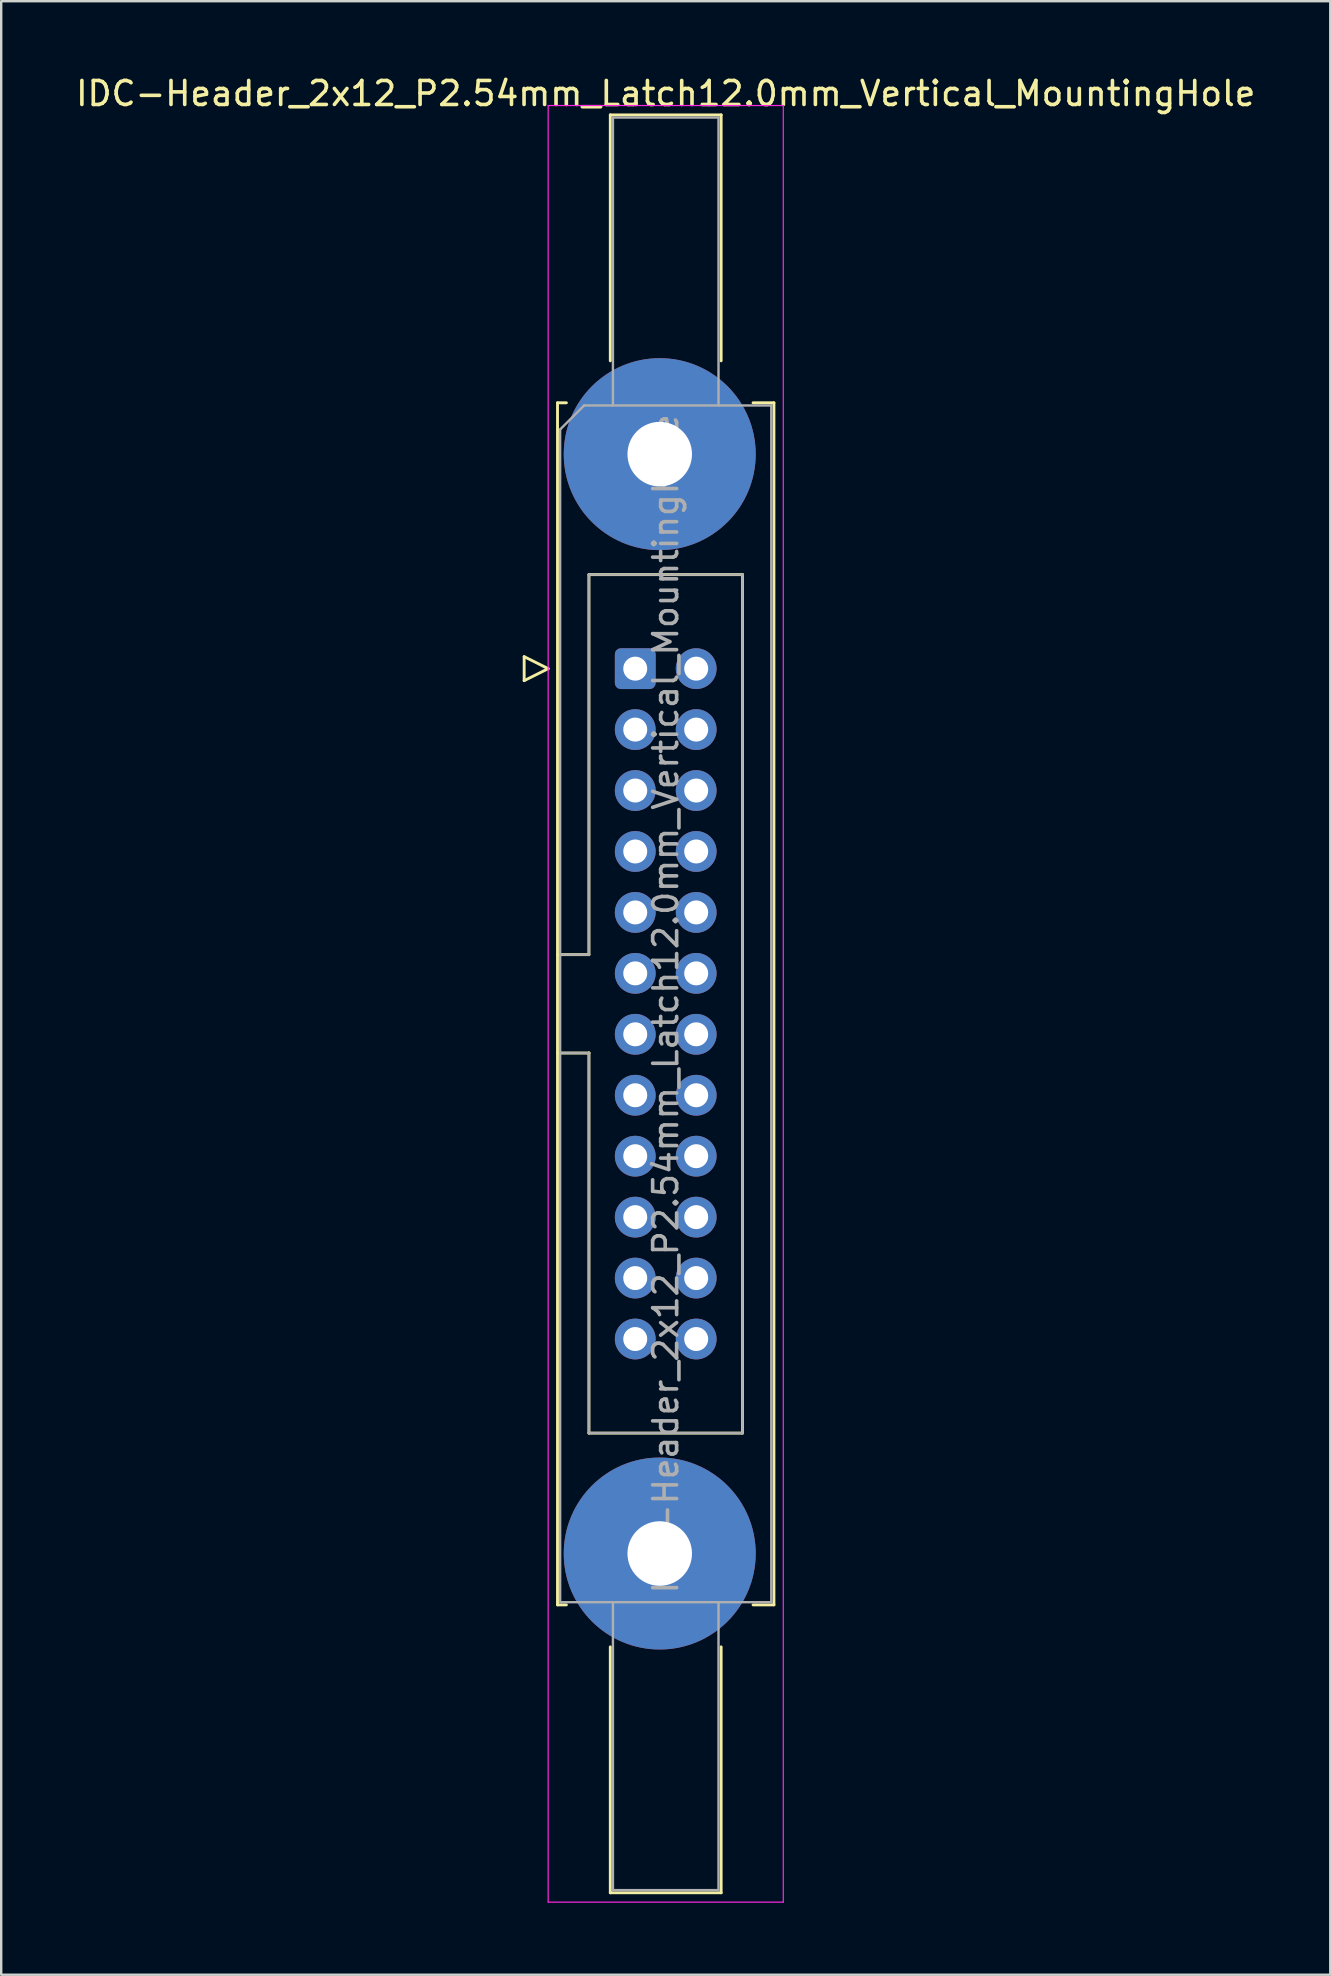
<source format=kicad_pcb>
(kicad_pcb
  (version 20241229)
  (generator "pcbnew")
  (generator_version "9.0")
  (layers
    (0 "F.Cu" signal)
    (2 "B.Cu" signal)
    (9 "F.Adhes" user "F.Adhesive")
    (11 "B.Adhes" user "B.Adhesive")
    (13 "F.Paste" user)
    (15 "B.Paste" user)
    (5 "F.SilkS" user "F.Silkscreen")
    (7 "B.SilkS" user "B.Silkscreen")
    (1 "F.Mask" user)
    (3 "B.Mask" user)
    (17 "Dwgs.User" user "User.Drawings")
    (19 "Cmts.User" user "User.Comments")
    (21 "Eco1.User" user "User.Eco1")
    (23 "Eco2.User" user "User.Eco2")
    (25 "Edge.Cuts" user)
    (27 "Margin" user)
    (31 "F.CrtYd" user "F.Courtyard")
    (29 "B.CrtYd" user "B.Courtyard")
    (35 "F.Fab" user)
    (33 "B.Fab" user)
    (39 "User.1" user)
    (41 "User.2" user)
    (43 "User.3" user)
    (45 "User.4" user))
  (footprint "IDC-Header_2x12_P2.54mm_Latch12.0mm_Vertical_MountingHole"
    (layer "F.Cu")
    (at 23.426 24.818)
    (property "Reference" "IDC-Header_2x12_P2.54mm_Latch12.0mm_Vertical_MountingHole" (at 1.27 -23.97 0) (layer "F.SilkS") (effects (font (size 1 1) (thickness 0.15))))
    (attr through_hole)
    (fp_line (start -4.63 -0.5) (end -4.63 0.5) (stroke (width 0.12) (type solid)) (layer "F.SilkS"))
    (fp_line (start -4.63 0.5) (end -3.63 0) (stroke (width 0.12) (type solid)) (layer "F.SilkS"))
    (fp_line (start -3.63 0) (end -4.63 -0.5) (stroke (width 0.12) (type solid)) (layer "F.SilkS"))
    (fp_line (start -3.24 -11.08) (end -3.24 39.02) (stroke (width 0.12) (type solid)) (layer "F.SilkS"))
    (fp_line (start -3.24 11.92) (end -1.93 11.92) (stroke (width 0.12) (type solid)) (layer "F.SilkS"))
    (fp_line (start -3.24 39.02) (end -2.87 39.02) (stroke (width 0.12) (type solid)) (layer "F.SilkS"))
    (fp_line (start -2.87 -11.08) (end -3.24 -11.08) (stroke (width 0.12) (type solid)) (layer "F.SilkS"))
    (fp_line (start -1.93 -3.92) (end 4.47 -3.92) (stroke (width 0.12) (type solid)) (layer "F.SilkS"))
    (fp_line (start -1.93 11.92) (end -1.93 -3.92) (stroke (width 0.12) (type solid)) (layer "F.SilkS"))
    (fp_line (start -1.93 16.02) (end -3.24 16.02) (stroke (width 0.12) (type solid)) (layer "F.SilkS"))
    (fp_line (start -1.93 16.02) (end -1.93 16.02) (stroke (width 0.12) (type solid)) (layer "F.SilkS"))
    (fp_line (start -1.93 31.86) (end -1.93 16.02) (stroke (width 0.12) (type solid)) (layer "F.SilkS"))
    (fp_line (start -1.04 -23.08) (end 3.58 -23.08) (stroke (width 0.12) (type solid)) (layer "F.SilkS"))
    (fp_line (start -1.04 -12.83) (end -1.04 -23.08) (stroke (width 0.12) (type solid)) (layer "F.SilkS"))
    (fp_line (start -1.04 40.77) (end -1.04 51.02) (stroke (width 0.12) (type solid)) (layer "F.SilkS"))
    (fp_line (start -1.04 51.02) (end 3.58 51.02) (stroke (width 0.12) (type solid)) (layer "F.SilkS"))
    (fp_line (start 3.58 -23.08) (end 3.58 -12.83) (stroke (width 0.12) (type solid)) (layer "F.SilkS"))
    (fp_line (start 3.58 51.02) (end 3.58 40.77) (stroke (width 0.12) (type solid)) (layer "F.SilkS"))
    (fp_line (start 4.47 -3.92) (end 4.47 31.86) (stroke (width 0.12) (type solid)) (layer "F.SilkS"))
    (fp_line (start 4.47 31.86) (end -1.93 31.86) (stroke (width 0.12) (type solid)) (layer "F.SilkS"))
    (fp_line (start 4.91 -11.08) (end 5.78 -11.08) (stroke (width 0.12) (type solid)) (layer "F.SilkS"))
    (fp_line (start 5.78 -11.08) (end 5.78 39.02) (stroke (width 0.12) (type solid)) (layer "F.SilkS"))
    (fp_line (start 5.78 39.02) (end 4.91 39.02) (stroke (width 0.12) (type solid)) (layer "F.SilkS"))
    (fp_line (start -3.63 -23.47) (end -3.63 51.41) (stroke (width 0.05) (type solid)) (layer "F.CrtYd"))
    (fp_line (start -3.63 51.41) (end 6.17 51.41) (stroke (width 0.05) (type solid)) (layer "F.CrtYd"))
    (fp_line (start 6.17 -23.47) (end -3.63 -23.47) (stroke (width 0.05) (type solid)) (layer "F.CrtYd"))
    (fp_line (start 6.17 51.41) (end 6.17 -23.47) (stroke (width 0.05) (type solid)) (layer "F.CrtYd"))
    (fp_line (start -3.13 -9.97) (end -2.13 -10.97) (stroke (width 0.1) (type solid)) (layer "F.Fab"))
    (fp_line (start -3.13 11.92) (end -1.93 11.92) (stroke (width 0.1) (type solid)) (layer "F.Fab"))
    (fp_line (start -3.13 38.91) (end -3.13 -9.97) (stroke (width 0.1) (type solid)) (layer "F.Fab"))
    (fp_line (start -2.13 -10.97) (end 5.67 -10.97) (stroke (width 0.1) (type solid)) (layer "F.Fab"))
    (fp_line (start -1.93 -3.92) (end 4.47 -3.92) (stroke (width 0.1) (type solid)) (layer "F.Fab"))
    (fp_line (start -1.93 11.92) (end -1.93 -3.92) (stroke (width 0.1) (type solid)) (layer "F.Fab"))
    (fp_line (start -1.93 16.02) (end -3.13 16.02) (stroke (width 0.1) (type solid)) (layer "F.Fab"))
    (fp_line (start -1.93 16.02) (end -1.93 16.02) (stroke (width 0.1) (type solid)) (layer "F.Fab"))
    (fp_line (start -1.93 31.86) (end -1.93 16.02) (stroke (width 0.1) (type solid)) (layer "F.Fab"))
    (fp_line (start -0.93 -22.97) (end 3.47 -22.97) (stroke (width 0.1) (type solid)) (layer "F.Fab"))
    (fp_line (start -0.93 -10.97) (end -0.93 -22.97) (stroke (width 0.1) (type solid)) (layer "F.Fab"))
    (fp_line (start -0.93 38.91) (end -0.93 50.91) (stroke (width 0.1) (type solid)) (layer "F.Fab"))
    (fp_line (start -0.93 50.91) (end 3.47 50.91) (stroke (width 0.1) (type solid)) (layer "F.Fab"))
    (fp_line (start 3.47 -22.97) (end 3.47 -10.97) (stroke (width 0.1) (type solid)) (layer "F.Fab"))
    (fp_line (start 3.47 50.91) (end 3.47 38.91) (stroke (width 0.1) (type solid)) (layer "F.Fab"))
    (fp_line (start 4.47 -3.92) (end 4.47 31.86) (stroke (width 0.1) (type solid)) (layer "F.Fab"))
    (fp_line (start 4.47 31.86) (end -1.93 31.86) (stroke (width 0.1) (type solid)) (layer "F.Fab"))
    (fp_line (start 5.67 -10.97) (end 5.67 38.91) (stroke (width 0.1) (type solid)) (layer "F.Fab"))
    (fp_line (start 5.67 38.91) (end -3.13 38.91) (stroke (width 0.1) (type solid)) (layer "F.Fab"))
    (fp_text user "${REFERENCE}" (at 1.27 13.97 90) (layer "F.Fab") (effects (font (size 1 1) (thickness 0.15))))
    (pad "" thru_hole circle (at 1.02 -8.94) (size 8 8) (drill 2.69) (layers "*.Cu" "*.Mask"))
    (pad "" thru_hole circle (at 1.02 36.88) (size 8 8) (drill 2.69) (layers "*.Cu" "*.Mask"))
    (pad "1" thru_hole roundrect (at 0 0) (size 1.7 1.7) (drill 1) (layers "*.Cu" "*.Mask") (roundrect_rratio 0.147))
    (pad "2" thru_hole circle (at 2.54 0) (size 1.7 1.7) (drill 1) (layers "*.Cu" "*.Mask"))
    (pad "3" thru_hole circle (at 0 2.54) (size 1.7 1.7) (drill 1) (layers "*.Cu" "*.Mask"))
    (pad "4" thru_hole circle (at 2.54 2.54) (size 1.7 1.7) (drill 1) (layers "*.Cu" "*.Mask"))
    (pad "5" thru_hole circle (at 0 5.08) (size 1.7 1.7) (drill 1) (layers "*.Cu" "*.Mask"))
    (pad "6" thru_hole circle (at 2.54 5.08) (size 1.7 1.7) (drill 1) (layers "*.Cu" "*.Mask"))
    (pad "7" thru_hole circle (at 0 7.62) (size 1.7 1.7) (drill 1) (layers "*.Cu" "*.Mask"))
    (pad "8" thru_hole circle (at 2.54 7.62) (size 1.7 1.7) (drill 1) (layers "*.Cu" "*.Mask"))
    (pad "9" thru_hole circle (at 0 10.16) (size 1.7 1.7) (drill 1) (layers "*.Cu" "*.Mask"))
    (pad "10" thru_hole circle (at 2.54 10.16) (size 1.7 1.7) (drill 1) (layers "*.Cu" "*.Mask"))
    (pad "11" thru_hole circle (at 0 12.7) (size 1.7 1.7) (drill 1) (layers "*.Cu" "*.Mask"))
    (pad "12" thru_hole circle (at 2.54 12.7) (size 1.7 1.7) (drill 1) (layers "*.Cu" "*.Mask"))
    (pad "13" thru_hole circle (at 0 15.24) (size 1.7 1.7) (drill 1) (layers "*.Cu" "*.Mask"))
    (pad "14" thru_hole circle (at 2.54 15.24) (size 1.7 1.7) (drill 1) (layers "*.Cu" "*.Mask"))
    (pad "15" thru_hole circle (at 0 17.78) (size 1.7 1.7) (drill 1) (layers "*.Cu" "*.Mask"))
    (pad "16" thru_hole circle (at 2.54 17.78) (size 1.7 1.7) (drill 1) (layers "*.Cu" "*.Mask"))
    (pad "17" thru_hole circle (at 0 20.32) (size 1.7 1.7) (drill 1) (layers "*.Cu" "*.Mask"))
    (pad "18" thru_hole circle (at 2.54 20.32) (size 1.7 1.7) (drill 1) (layers "*.Cu" "*.Mask"))
    (pad "19" thru_hole circle (at 0 22.86) (size 1.7 1.7) (drill 1) (layers "*.Cu" "*.Mask"))
    (pad "20" thru_hole circle (at 2.54 22.86) (size 1.7 1.7) (drill 1) (layers "*.Cu" "*.Mask"))
    (pad "21" thru_hole circle (at 0 25.4) (size 1.7 1.7) (drill 1) (layers "*.Cu" "*.Mask"))
    (pad "22" thru_hole circle (at 2.54 25.4) (size 1.7 1.7) (drill 1) (layers "*.Cu" "*.Mask"))
    (pad "23" thru_hole circle (at 0 27.94) (size 1.7 1.7) (drill 1) (layers "*.Cu" "*.Mask"))
    (pad "24" thru_hole circle (at 2.54 27.94) (size 1.7 1.7) (drill 1) (layers "*.Cu" "*.Mask")))
  (gr_rect
    (start -3 -3)
    (end 52.393 79.253)
    (stroke (width 0.1) (type default))
    (fill no)
    (layer "Edge.Cuts")))
</source>
